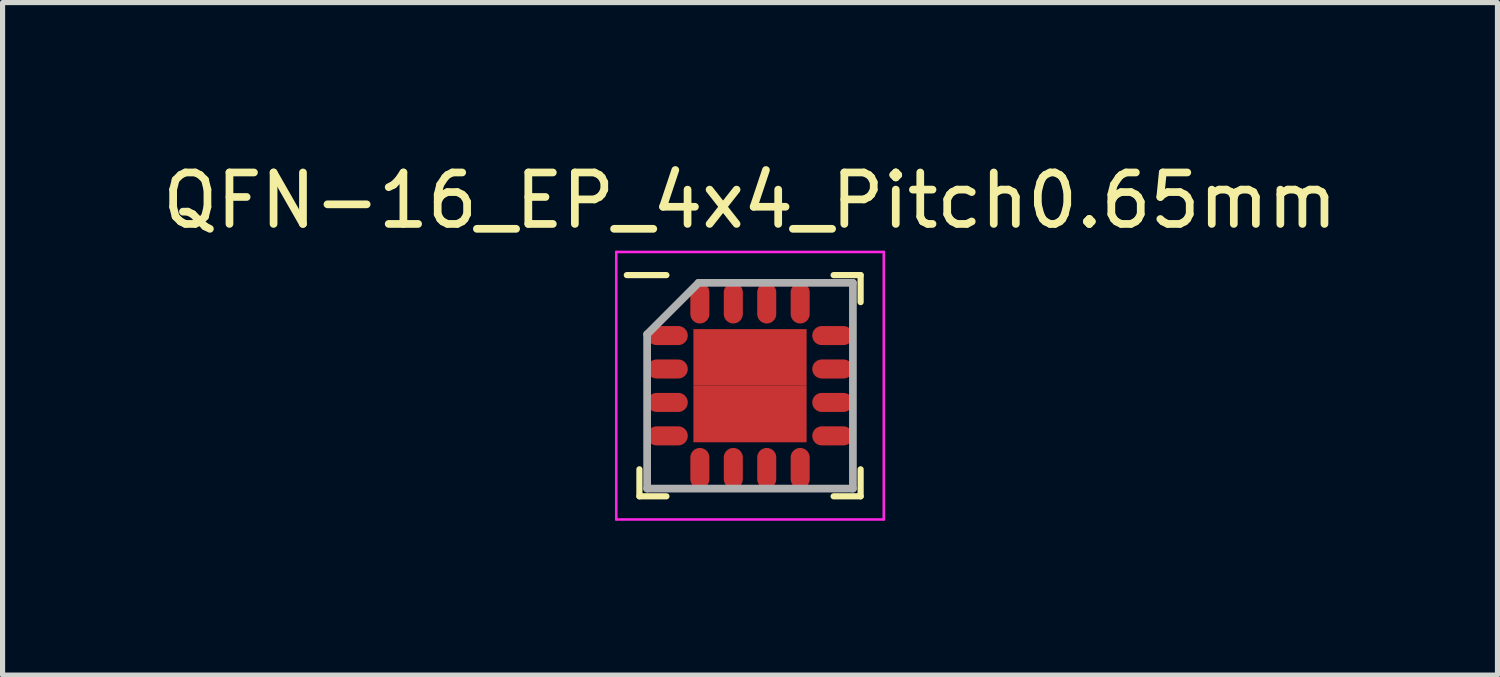
<source format=kicad_pcb>
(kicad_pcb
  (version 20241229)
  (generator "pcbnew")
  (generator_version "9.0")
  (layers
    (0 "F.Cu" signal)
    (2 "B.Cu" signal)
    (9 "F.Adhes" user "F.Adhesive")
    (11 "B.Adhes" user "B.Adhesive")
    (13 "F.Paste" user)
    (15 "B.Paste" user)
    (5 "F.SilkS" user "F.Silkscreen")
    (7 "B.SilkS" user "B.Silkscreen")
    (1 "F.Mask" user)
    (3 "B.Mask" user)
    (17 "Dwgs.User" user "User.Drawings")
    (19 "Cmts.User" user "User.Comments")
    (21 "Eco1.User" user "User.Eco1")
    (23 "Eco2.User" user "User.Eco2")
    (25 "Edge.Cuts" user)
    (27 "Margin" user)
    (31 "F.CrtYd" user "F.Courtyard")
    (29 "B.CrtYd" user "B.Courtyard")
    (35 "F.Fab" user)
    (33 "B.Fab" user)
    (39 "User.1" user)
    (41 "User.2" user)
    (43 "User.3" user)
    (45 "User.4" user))
  (footprint "QFN-16_EP_4x4_Pitch0.65mm"
    (layer "F.Cu")
    (at 11.53 4.448)
    (property "Reference" "QFN-16_EP_4x4_Pitch0.65mm" (at 0 -3.6 0) (layer "F.SilkS") (effects (font (size 1 1) (thickness 0.15))))
    (attr smd)
    (fp_line (start -2.15 2.15) (end -2.15 1.625) (stroke (width 0.12) (type default)) (layer "F.SilkS"))
    (fp_line (start -1.625 -2.15) (end -2.395 -2.15) (stroke (width 0.12) (type default)) (layer "F.SilkS"))
    (fp_line (start -1.625 2.15) (end -2.15 2.15) (stroke (width 0.12) (type default)) (layer "F.SilkS"))
    (fp_line (start 1.625 -2.15) (end 2.15 -2.15) (stroke (width 0.12) (type default)) (layer "F.SilkS"))
    (fp_line (start 1.625 2.15) (end 2.15 2.15) (stroke (width 0.12) (type default)) (layer "F.SilkS"))
    (fp_line (start 2.15 -2.15) (end 2.15 -1.625) (stroke (width 0.12) (type default)) (layer "F.SilkS"))
    (fp_line (start 2.15 2.15) (end 2.15 1.625) (stroke (width 0.12) (type default)) (layer "F.SilkS"))
    (fp_line (start -2.6 -2.6) (end 2.6 -2.6) (stroke (width 0.05) (type default)) (layer "F.CrtYd"))
    (fp_line (start -2.6 2.6) (end -2.6 -2.6) (stroke (width 0.05) (type default)) (layer "F.CrtYd"))
    (fp_line (start 2.6 -2.6) (end 2.6 2.6) (stroke (width 0.05) (type default)) (layer "F.CrtYd"))
    (fp_line (start 2.6 2.6) (end -2.6 2.6) (stroke (width 0.05) (type default)) (layer "F.CrtYd"))
    (fp_line (start -2 -1) (end -2 2) (stroke (width 0.15) (type default)) (layer "F.Fab"))
    (fp_line (start -2 2) (end 2 2) (stroke (width 0.15) (type default)) (layer "F.Fab"))
    (fp_line (start -1 -2) (end -2 -1) (stroke (width 0.15) (type default)) (layer "F.Fab"))
    (fp_line (start 2 -2) (end -1 -2) (stroke (width 0.15) (type default)) (layer "F.Fab"))
    (fp_line (start 2 2) (end 2 -2) (stroke (width 0.15) (type default)) (layer "F.Fab"))
    (pad "1" smd oval (at -1.605 -0.975 90) (size 0.37 0.79) (layers "F.Cu" "F.Mask" "F.Paste"))
    (pad "2" smd oval (at -1.605 -0.325 90) (size 0.37 0.79) (layers "F.Cu" "F.Mask" "F.Paste"))
    (pad "3" smd oval (at -1.605 0.325 90) (size 0.37 0.79) (layers "F.Cu" "F.Mask" "F.Paste"))
    (pad "4" smd oval (at -1.605 0.975 90) (size 0.37 0.79) (layers "F.Cu" "F.Mask" "F.Paste"))
    (pad "5" smd oval (at -0.975 1.605) (size 0.37 0.79) (layers "F.Cu" "F.Mask" "F.Paste"))
    (pad "6" smd oval (at -0.325 1.605) (size 0.37 0.79) (layers "F.Cu" "F.Mask" "F.Paste"))
    (pad "7" smd oval (at 0.325 1.605) (size 0.37 0.79) (layers "F.Cu" "F.Mask" "F.Paste"))
    (pad "8" smd oval (at 0.975 1.605) (size 0.37 0.79) (layers "F.Cu" "F.Mask" "F.Paste"))
    (pad "9" smd oval (at 1.605 0.975 90) (size 0.37 0.79) (layers "F.Cu" "F.Mask" "F.Paste"))
    (pad "10" smd oval (at 1.605 0.325 90) (size 0.37 0.79) (layers "F.Cu" "F.Mask" "F.Paste"))
    (pad "11" smd oval (at 1.605 -0.325 90) (size 0.37 0.79) (layers "F.Cu" "F.Mask" "F.Paste"))
    (pad "12" smd oval (at 1.605 -0.975 90) (size 0.37 0.79) (layers "F.Cu" "F.Mask" "F.Paste"))
    (pad "13" smd oval (at 0.975 -1.605) (size 0.37 0.79) (layers "F.Cu" "F.Mask" "F.Paste"))
    (pad "14" smd oval (at 0.325 -1.605) (size 0.37 0.79) (layers "F.Cu" "F.Mask" "F.Paste"))
    (pad "15" smd oval (at -0.325 -1.605) (size 0.37 0.79) (layers "F.Cu" "F.Mask" "F.Paste"))
    (pad "16" smd oval (at -0.975 -1.605) (size 0.37 0.79) (layers "F.Cu" "F.Mask" "F.Paste"))
    (pad "17" smd rect (at -0.55 -0.55) (size 1.1 1.1) (layers "F.Cu" "F.Mask" "F.Paste"))
    (pad "17" smd rect (at -0.55 0.55) (size 1.1 1.1) (layers "F.Cu" "F.Mask" "F.Paste"))
    (pad "17" smd rect (at 0.55 -0.55) (size 1.1 1.1) (layers "F.Cu" "F.Mask" "F.Paste"))
    (pad "17" smd rect (at 0.55 0.55) (size 1.1 1.1) (layers "F.Cu" "F.Mask" "F.Paste")))
  (gr_rect
    (start -3 -3)
    (end 26.06 10.073)
    (stroke (width 0.1) (type default))
    (fill no)
    (layer "Edge.Cuts")))
</source>
